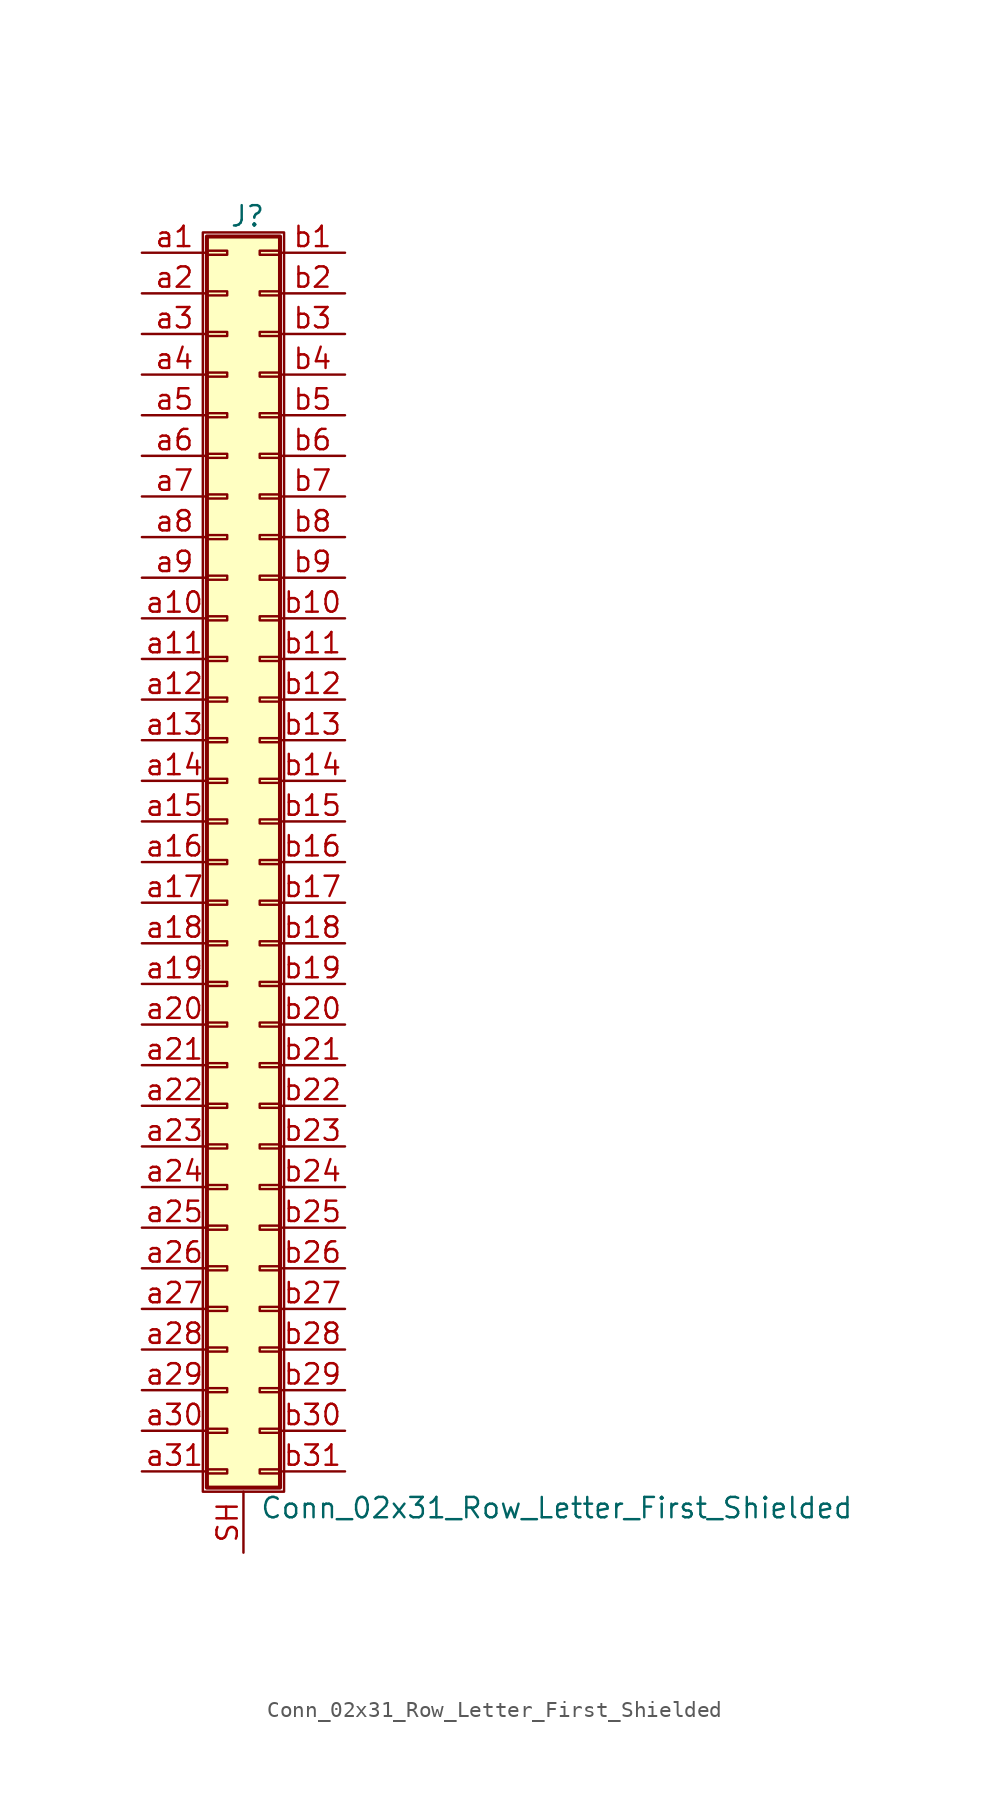
<source format=kicad_sym>
(kicad_symbol_lib
  (version 20201005)
  (generator kicad_symbol_editor)
  (symbol "Conn_02x31_Row_Letter_First_Shielded"
    (pin_names
      (offset 1.016) hide)
    (property "Reference" "J"
      (at 1.524 40.386 0)
      (effects (font (size 1.27 1.27))))
    (property "Value" "Conn_02x31_Row_Letter_First_Shielded"
      (at 2.286 -40.386 0)
      (effects (font (size 1.27 1.27)) (justify left)))
    (symbol "Conn_02x31_Row_Letter_First_Shielded_1_1"
      (rectangle (start -1.27 39.37) (end 3.81 -39.37) (stroke (width 0.152)) (fill (type none)))
      (rectangle (start -1.016 -37.973) (end 0.254 -38.227) (stroke (width 0.152)) (fill (type none)))
      (rectangle (start -1.016 -35.433) (end 0.254 -35.687) (stroke (width 0.152)) (fill (type none)))
      (rectangle (start -1.016 -32.893) (end 0.254 -33.147) (stroke (width 0.152)) (fill (type none)))
      (rectangle (start -1.016 -30.353) (end 0.254 -30.607) (stroke (width 0.152)) (fill (type none)))
      (rectangle (start -1.016 -27.813) (end 0.254 -28.067) (stroke (width 0.152)) (fill (type none)))
      (rectangle (start -1.016 -25.273) (end 0.254 -25.527) (stroke (width 0.152)) (fill (type none)))
      (rectangle (start -1.016 -22.733) (end 0.254 -22.987) (stroke (width 0.152)) (fill (type none)))
      (rectangle (start -1.016 -20.193) (end 0.254 -20.447) (stroke (width 0.152)) (fill (type none)))
      (rectangle (start -1.016 -17.653) (end 0.254 -17.907) (stroke (width 0.152)) (fill (type none)))
      (rectangle (start -1.016 -15.113) (end 0.254 -15.367) (stroke (width 0.152)) (fill (type none)))
      (rectangle (start -1.016 -12.573) (end 0.254 -12.827) (stroke (width 0.152)) (fill (type none)))
      (rectangle (start -1.016 -10.033) (end 0.254 -10.287) (stroke (width 0.152)) (fill (type none)))
      (rectangle (start -1.016 -7.493) (end 0.254 -7.747) (stroke (width 0.152)) (fill (type none)))
      (rectangle (start -1.016 -4.953) (end 0.254 -5.207) (stroke (width 0.152)) (fill (type none)))
      (rectangle (start -1.016 -2.413) (end 0.254 -2.667) (stroke (width 0.152)) (fill (type none)))
      (rectangle (start -1.016 0.127) (end 0.254 -0.127) (stroke (width 0.152)) (fill (type none)))
      (rectangle (start -1.016 2.667) (end 0.254 2.413) (stroke (width 0.152)) (fill (type none)))
      (rectangle (start -1.016 5.207) (end 0.254 4.953) (stroke (width 0.152)) (fill (type none)))
      (rectangle (start -1.016 7.747) (end 0.254 7.493) (stroke (width 0.152)) (fill (type none)))
      (rectangle (start -1.016 10.287) (end 0.254 10.033) (stroke (width 0.152)) (fill (type none)))
      (rectangle (start -1.016 12.827) (end 0.254 12.573) (stroke (width 0.152)) (fill (type none)))
      (rectangle (start -1.016 15.367) (end 0.254 15.113) (stroke (width 0.152)) (fill (type none)))
      (rectangle (start -1.016 17.907) (end 0.254 17.653) (stroke (width 0.152)) (fill (type none)))
      (rectangle (start -1.016 20.447) (end 0.254 20.193) (stroke (width 0.152)) (fill (type none)))
      (rectangle (start -1.016 22.987) (end 0.254 22.733) (stroke (width 0.152)) (fill (type none)))
      (rectangle (start -1.016 25.527) (end 0.254 25.273) (stroke (width 0.152)) (fill (type none)))
      (rectangle (start -1.016 28.067) (end 0.254 27.813) (stroke (width 0.152)) (fill (type none)))
      (rectangle (start -1.016 30.607) (end 0.254 30.353) (stroke (width 0.152)) (fill (type none)))
      (rectangle (start -1.016 33.147) (end 0.254 32.893) (stroke (width 0.152)) (fill (type none)))
      (rectangle (start -1.016 35.687) (end 0.254 35.433) (stroke (width 0.152)) (fill (type none)))
      (rectangle (start -1.016 38.227) (end 0.254 37.973) (stroke (width 0.152)) (fill (type none)))
      (rectangle (start 3.556 -37.973) (end 2.286 -38.227) (stroke (width 0.152)) (fill (type none)))
      (rectangle (start 3.556 -35.433) (end 2.286 -35.687) (stroke (width 0.152)) (fill (type none)))
      (rectangle (start 3.556 -32.893) (end 2.286 -33.147) (stroke (width 0.152)) (fill (type none)))
      (rectangle (start 3.556 -30.353) (end 2.286 -30.607) (stroke (width 0.152)) (fill (type none)))
      (rectangle (start 3.556 -27.813) (end 2.286 -28.067) (stroke (width 0.152)) (fill (type none)))
      (rectangle (start 3.556 -25.273) (end 2.286 -25.527) (stroke (width 0.152)) (fill (type none)))
      (rectangle (start 3.556 -22.733) (end 2.286 -22.987) (stroke (width 0.152)) (fill (type none)))
      (rectangle (start 3.556 -20.193) (end 2.286 -20.447) (stroke (width 0.152)) (fill (type none)))
      (rectangle (start 3.556 -17.653) (end 2.286 -17.907) (stroke (width 0.152)) (fill (type none)))
      (rectangle (start 3.556 -15.113) (end 2.286 -15.367) (stroke (width 0.152)) (fill (type none)))
      (rectangle (start 3.556 -12.573) (end 2.286 -12.827) (stroke (width 0.152)) (fill (type none)))
      (rectangle (start 3.556 -10.033) (end 2.286 -10.287) (stroke (width 0.152)) (fill (type none)))
      (rectangle (start 3.556 -7.493) (end 2.286 -7.747) (stroke (width 0.152)) (fill (type none)))
      (rectangle (start 3.556 -4.953) (end 2.286 -5.207) (stroke (width 0.152)) (fill (type none)))
      (rectangle (start 3.556 -2.413) (end 2.286 -2.667) (stroke (width 0.152)) (fill (type none)))
      (rectangle (start 3.556 0.127) (end 2.286 -0.127) (stroke (width 0.152)) (fill (type none)))
      (rectangle (start 3.556 2.667) (end 2.286 2.413) (stroke (width 0.152)) (fill (type none)))
      (rectangle (start 3.556 5.207) (end 2.286 4.953) (stroke (width 0.152)) (fill (type none)))
      (rectangle (start 3.556 7.747) (end 2.286 7.493) (stroke (width 0.152)) (fill (type none)))
      (rectangle (start 3.556 10.287) (end 2.286 10.033) (stroke (width 0.152)) (fill (type none)))
      (rectangle (start 3.556 12.827) (end 2.286 12.573) (stroke (width 0.152)) (fill (type none)))
      (rectangle (start 3.556 15.367) (end 2.286 15.113) (stroke (width 0.152)) (fill (type none)))
      (rectangle (start 3.556 17.907) (end 2.286 17.653) (stroke (width 0.152)) (fill (type none)))
      (rectangle (start 3.556 20.447) (end 2.286 20.193) (stroke (width 0.152)) (fill (type none)))
      (rectangle (start 3.556 22.987) (end 2.286 22.733) (stroke (width 0.152)) (fill (type none)))
      (rectangle (start 3.556 25.527) (end 2.286 25.273) (stroke (width 0.152)) (fill (type none)))
      (rectangle (start 3.556 28.067) (end 2.286 27.813) (stroke (width 0.152)) (fill (type none)))
      (rectangle (start 3.556 30.607) (end 2.286 30.353) (stroke (width 0.152)) (fill (type none)))
      (rectangle (start 3.556 33.147) (end 2.286 32.893) (stroke (width 0.152)) (fill (type none)))
      (rectangle (start 3.556 35.687) (end 2.286 35.433) (stroke (width 0.152)) (fill (type none)))
      (rectangle (start 3.556 38.227) (end 2.286 37.973) (stroke (width 0.152)) (fill (type none)))
      (rectangle (start -1.016 39.116) (end 3.556 -39.116) (stroke (width 0.254)) (fill (type background)))
      (pin passive line (at 1.27 -43.18 90) (length 3.81) (name "Shield" (effects (font (size 1.27 1.27)))) (number "SH" (effects (font (size 1.27 1.27)))))
      (pin passive line (at -5.08 38.1 0) (length 4.064) (name "Pin_a1" (effects (font (size 1.27 1.27)))) (number "a1" (effects (font (size 1.27 1.27)))))
      (pin passive line (at -5.08 15.24 0) (length 4.064) (name "Pin_a10" (effects (font (size 1.27 1.27)))) (number "a10" (effects (font (size 1.27 1.27)))))
      (pin passive line (at -5.08 12.7 0) (length 4.064) (name "Pin_a11" (effects (font (size 1.27 1.27)))) (number "a11" (effects (font (size 1.27 1.27)))))
      (pin passive line (at -5.08 10.16 0) (length 4.064) (name "Pin_a12" (effects (font (size 1.27 1.27)))) (number "a12" (effects (font (size 1.27 1.27)))))
      (pin passive line (at -5.08 7.62 0) (length 4.064) (name "Pin_a13" (effects (font (size 1.27 1.27)))) (number "a13" (effects (font (size 1.27 1.27)))))
      (pin passive line (at -5.08 5.08 0) (length 4.064) (name "Pin_a14" (effects (font (size 1.27 1.27)))) (number "a14" (effects (font (size 1.27 1.27)))))
      (pin passive line (at -5.08 2.54 0) (length 4.064) (name "Pin_a15" (effects (font (size 1.27 1.27)))) (number "a15" (effects (font (size 1.27 1.27)))))
      (pin passive line (at -5.08 0 0) (length 4.064) (name "Pin_a16" (effects (font (size 1.27 1.27)))) (number "a16" (effects (font (size 1.27 1.27)))))
      (pin passive line (at -5.08 -2.54 0) (length 4.064) (name "Pin_a17" (effects (font (size 1.27 1.27)))) (number "a17" (effects (font (size 1.27 1.27)))))
      (pin passive line (at -5.08 -5.08 0) (length 4.064) (name "Pin_a18" (effects (font (size 1.27 1.27)))) (number "a18" (effects (font (size 1.27 1.27)))))
      (pin passive line (at -5.08 -7.62 0) (length 4.064) (name "Pin_a19" (effects (font (size 1.27 1.27)))) (number "a19" (effects (font (size 1.27 1.27)))))
      (pin passive line (at -5.08 35.56 0) (length 4.064) (name "Pin_a2" (effects (font (size 1.27 1.27)))) (number "a2" (effects (font (size 1.27 1.27)))))
      (pin passive line (at -5.08 -10.16 0) (length 4.064) (name "Pin_a20" (effects (font (size 1.27 1.27)))) (number "a20" (effects (font (size 1.27 1.27)))))
      (pin passive line (at -5.08 -12.7 0) (length 4.064) (name "Pin_a21" (effects (font (size 1.27 1.27)))) (number "a21" (effects (font (size 1.27 1.27)))))
      (pin passive line (at -5.08 -15.24 0) (length 4.064) (name "Pin_a22" (effects (font (size 1.27 1.27)))) (number "a22" (effects (font (size 1.27 1.27)))))
      (pin passive line (at -5.08 -17.78 0) (length 4.064) (name "Pin_a23" (effects (font (size 1.27 1.27)))) (number "a23" (effects (font (size 1.27 1.27)))))
      (pin passive line (at -5.08 -20.32 0) (length 4.064) (name "Pin_a24" (effects (font (size 1.27 1.27)))) (number "a24" (effects (font (size 1.27 1.27)))))
      (pin passive line (at -5.08 -22.86 0) (length 4.064) (name "Pin_a25" (effects (font (size 1.27 1.27)))) (number "a25" (effects (font (size 1.27 1.27)))))
      (pin passive line (at -5.08 -25.4 0) (length 4.064) (name "Pin_a26" (effects (font (size 1.27 1.27)))) (number "a26" (effects (font (size 1.27 1.27)))))
      (pin passive line (at -5.08 -27.94 0) (length 4.064) (name "Pin_a27" (effects (font (size 1.27 1.27)))) (number "a27" (effects (font (size 1.27 1.27)))))
      (pin passive line (at -5.08 -30.48 0) (length 4.064) (name "Pin_a28" (effects (font (size 1.27 1.27)))) (number "a28" (effects (font (size 1.27 1.27)))))
      (pin passive line (at -5.08 -33.02 0) (length 4.064) (name "Pin_a29" (effects (font (size 1.27 1.27)))) (number "a29" (effects (font (size 1.27 1.27)))))
      (pin passive line (at -5.08 33.02 0) (length 4.064) (name "Pin_a3" (effects (font (size 1.27 1.27)))) (number "a3" (effects (font (size 1.27 1.27)))))
      (pin passive line (at -5.08 -35.56 0) (length 4.064) (name "Pin_a30" (effects (font (size 1.27 1.27)))) (number "a30" (effects (font (size 1.27 1.27)))))
      (pin passive line (at -5.08 -38.1 0) (length 4.064) (name "Pin_a31" (effects (font (size 1.27 1.27)))) (number "a31" (effects (font (size 1.27 1.27)))))
      (pin passive line (at -5.08 30.48 0) (length 4.064) (name "Pin_a4" (effects (font (size 1.27 1.27)))) (number "a4" (effects (font (size 1.27 1.27)))))
      (pin passive line (at -5.08 27.94 0) (length 4.064) (name "Pin_a5" (effects (font (size 1.27 1.27)))) (number "a5" (effects (font (size 1.27 1.27)))))
      (pin passive line (at -5.08 25.4 0) (length 4.064) (name "Pin_a6" (effects (font (size 1.27 1.27)))) (number "a6" (effects (font (size 1.27 1.27)))))
      (pin passive line (at -5.08 22.86 0) (length 4.064) (name "Pin_a7" (effects (font (size 1.27 1.27)))) (number "a7" (effects (font (size 1.27 1.27)))))
      (pin passive line (at -5.08 20.32 0) (length 4.064) (name "Pin_a8" (effects (font (size 1.27 1.27)))) (number "a8" (effects (font (size 1.27 1.27)))))
      (pin passive line (at -5.08 17.78 0) (length 4.064) (name "Pin_a9" (effects (font (size 1.27 1.27)))) (number "a9" (effects (font (size 1.27 1.27)))))
      (pin passive line (at 7.62 38.1 180) (length 4.064) (name "Pin_b1" (effects (font (size 1.27 1.27)))) (number "b1" (effects (font (size 1.27 1.27)))))
      (pin passive line (at 7.62 15.24 180) (length 4.064) (name "Pin_b10" (effects (font (size 1.27 1.27)))) (number "b10" (effects (font (size 1.27 1.27)))))
      (pin passive line (at 7.62 12.7 180) (length 4.064) (name "Pin_b11" (effects (font (size 1.27 1.27)))) (number "b11" (effects (font (size 1.27 1.27)))))
      (pin passive line (at 7.62 10.16 180) (length 4.064) (name "Pin_b12" (effects (font (size 1.27 1.27)))) (number "b12" (effects (font (size 1.27 1.27)))))
      (pin passive line (at 7.62 7.62 180) (length 4.064) (name "Pin_b13" (effects (font (size 1.27 1.27)))) (number "b13" (effects (font (size 1.27 1.27)))))
      (pin passive line (at 7.62 5.08 180) (length 4.064) (name "Pin_b14" (effects (font (size 1.27 1.27)))) (number "b14" (effects (font (size 1.27 1.27)))))
      (pin passive line (at 7.62 2.54 180) (length 4.064) (name "Pin_b15" (effects (font (size 1.27 1.27)))) (number "b15" (effects (font (size 1.27 1.27)))))
      (pin passive line (at 7.62 0 180) (length 4.064) (name "Pin_b16" (effects (font (size 1.27 1.27)))) (number "b16" (effects (font (size 1.27 1.27)))))
      (pin passive line (at 7.62 -2.54 180) (length 4.064) (name "Pin_b17" (effects (font (size 1.27 1.27)))) (number "b17" (effects (font (size 1.27 1.27)))))
      (pin passive line (at 7.62 -5.08 180) (length 4.064) (name "Pin_b18" (effects (font (size 1.27 1.27)))) (number "b18" (effects (font (size 1.27 1.27)))))
      (pin passive line (at 7.62 -7.62 180) (length 4.064) (name "Pin_b19" (effects (font (size 1.27 1.27)))) (number "b19" (effects (font (size 1.27 1.27)))))
      (pin passive line (at 7.62 35.56 180) (length 4.064) (name "Pin_b2" (effects (font (size 1.27 1.27)))) (number "b2" (effects (font (size 1.27 1.27)))))
      (pin passive line (at 7.62 -10.16 180) (length 4.064) (name "Pin_b20" (effects (font (size 1.27 1.27)))) (number "b20" (effects (font (size 1.27 1.27)))))
      (pin passive line (at 7.62 -12.7 180) (length 4.064) (name "Pin_b21" (effects (font (size 1.27 1.27)))) (number "b21" (effects (font (size 1.27 1.27)))))
      (pin passive line (at 7.62 -15.24 180) (length 4.064) (name "Pin_b22" (effects (font (size 1.27 1.27)))) (number "b22" (effects (font (size 1.27 1.27)))))
      (pin passive line (at 7.62 -17.78 180) (length 4.064) (name "Pin_b23" (effects (font (size 1.27 1.27)))) (number "b23" (effects (font (size 1.27 1.27)))))
      (pin passive line (at 7.62 -20.32 180) (length 4.064) (name "Pin_b24" (effects (font (size 1.27 1.27)))) (number "b24" (effects (font (size 1.27 1.27)))))
      (pin passive line (at 7.62 -22.86 180) (length 4.064) (name "Pin_b25" (effects (font (size 1.27 1.27)))) (number "b25" (effects (font (size 1.27 1.27)))))
      (pin passive line (at 7.62 -25.4 180) (length 4.064) (name "Pin_b26" (effects (font (size 1.27 1.27)))) (number "b26" (effects (font (size 1.27 1.27)))))
      (pin passive line (at 7.62 -27.94 180) (length 4.064) (name "Pin_b27" (effects (font (size 1.27 1.27)))) (number "b27" (effects (font (size 1.27 1.27)))))
      (pin passive line (at 7.62 -30.48 180) (length 4.064) (name "Pin_b28" (effects (font (size 1.27 1.27)))) (number "b28" (effects (font (size 1.27 1.27)))))
      (pin passive line (at 7.62 -33.02 180) (length 4.064) (name "Pin_b29" (effects (font (size 1.27 1.27)))) (number "b29" (effects (font (size 1.27 1.27)))))
      (pin passive line (at 7.62 33.02 180) (length 4.064) (name "Pin_b3" (effects (font (size 1.27 1.27)))) (number "b3" (effects (font (size 1.27 1.27)))))
      (pin passive line (at 7.62 -35.56 180) (length 4.064) (name "Pin_b30" (effects (font (size 1.27 1.27)))) (number "b30" (effects (font (size 1.27 1.27)))))
      (pin passive line (at 7.62 -38.1 180) (length 4.064) (name "Pin_b31" (effects (font (size 1.27 1.27)))) (number "b31" (effects (font (size 1.27 1.27)))))
      (pin passive line (at 7.62 30.48 180) (length 4.064) (name "Pin_b4" (effects (font (size 1.27 1.27)))) (number "b4" (effects (font (size 1.27 1.27)))))
      (pin passive line (at 7.62 27.94 180) (length 4.064) (name "Pin_b5" (effects (font (size 1.27 1.27)))) (number "b5" (effects (font (size 1.27 1.27)))))
      (pin passive line (at 7.62 25.4 180) (length 4.064) (name "Pin_b6" (effects (font (size 1.27 1.27)))) (number "b6" (effects (font (size 1.27 1.27)))))
      (pin passive line (at 7.62 22.86 180) (length 4.064) (name "Pin_b7" (effects (font (size 1.27 1.27)))) (number "b7" (effects (font (size 1.27 1.27)))))
      (pin passive line (at 7.62 20.32 180) (length 4.064) (name "Pin_b8" (effects (font (size 1.27 1.27)))) (number "b8" (effects (font (size 1.27 1.27)))))
      (pin passive line (at 7.62 17.78 180) (length 4.064) (name "Pin_b9" (effects (font (size 1.27 1.27)))) (number "b9" (effects (font (size 1.27 1.27))))))))
</source>
